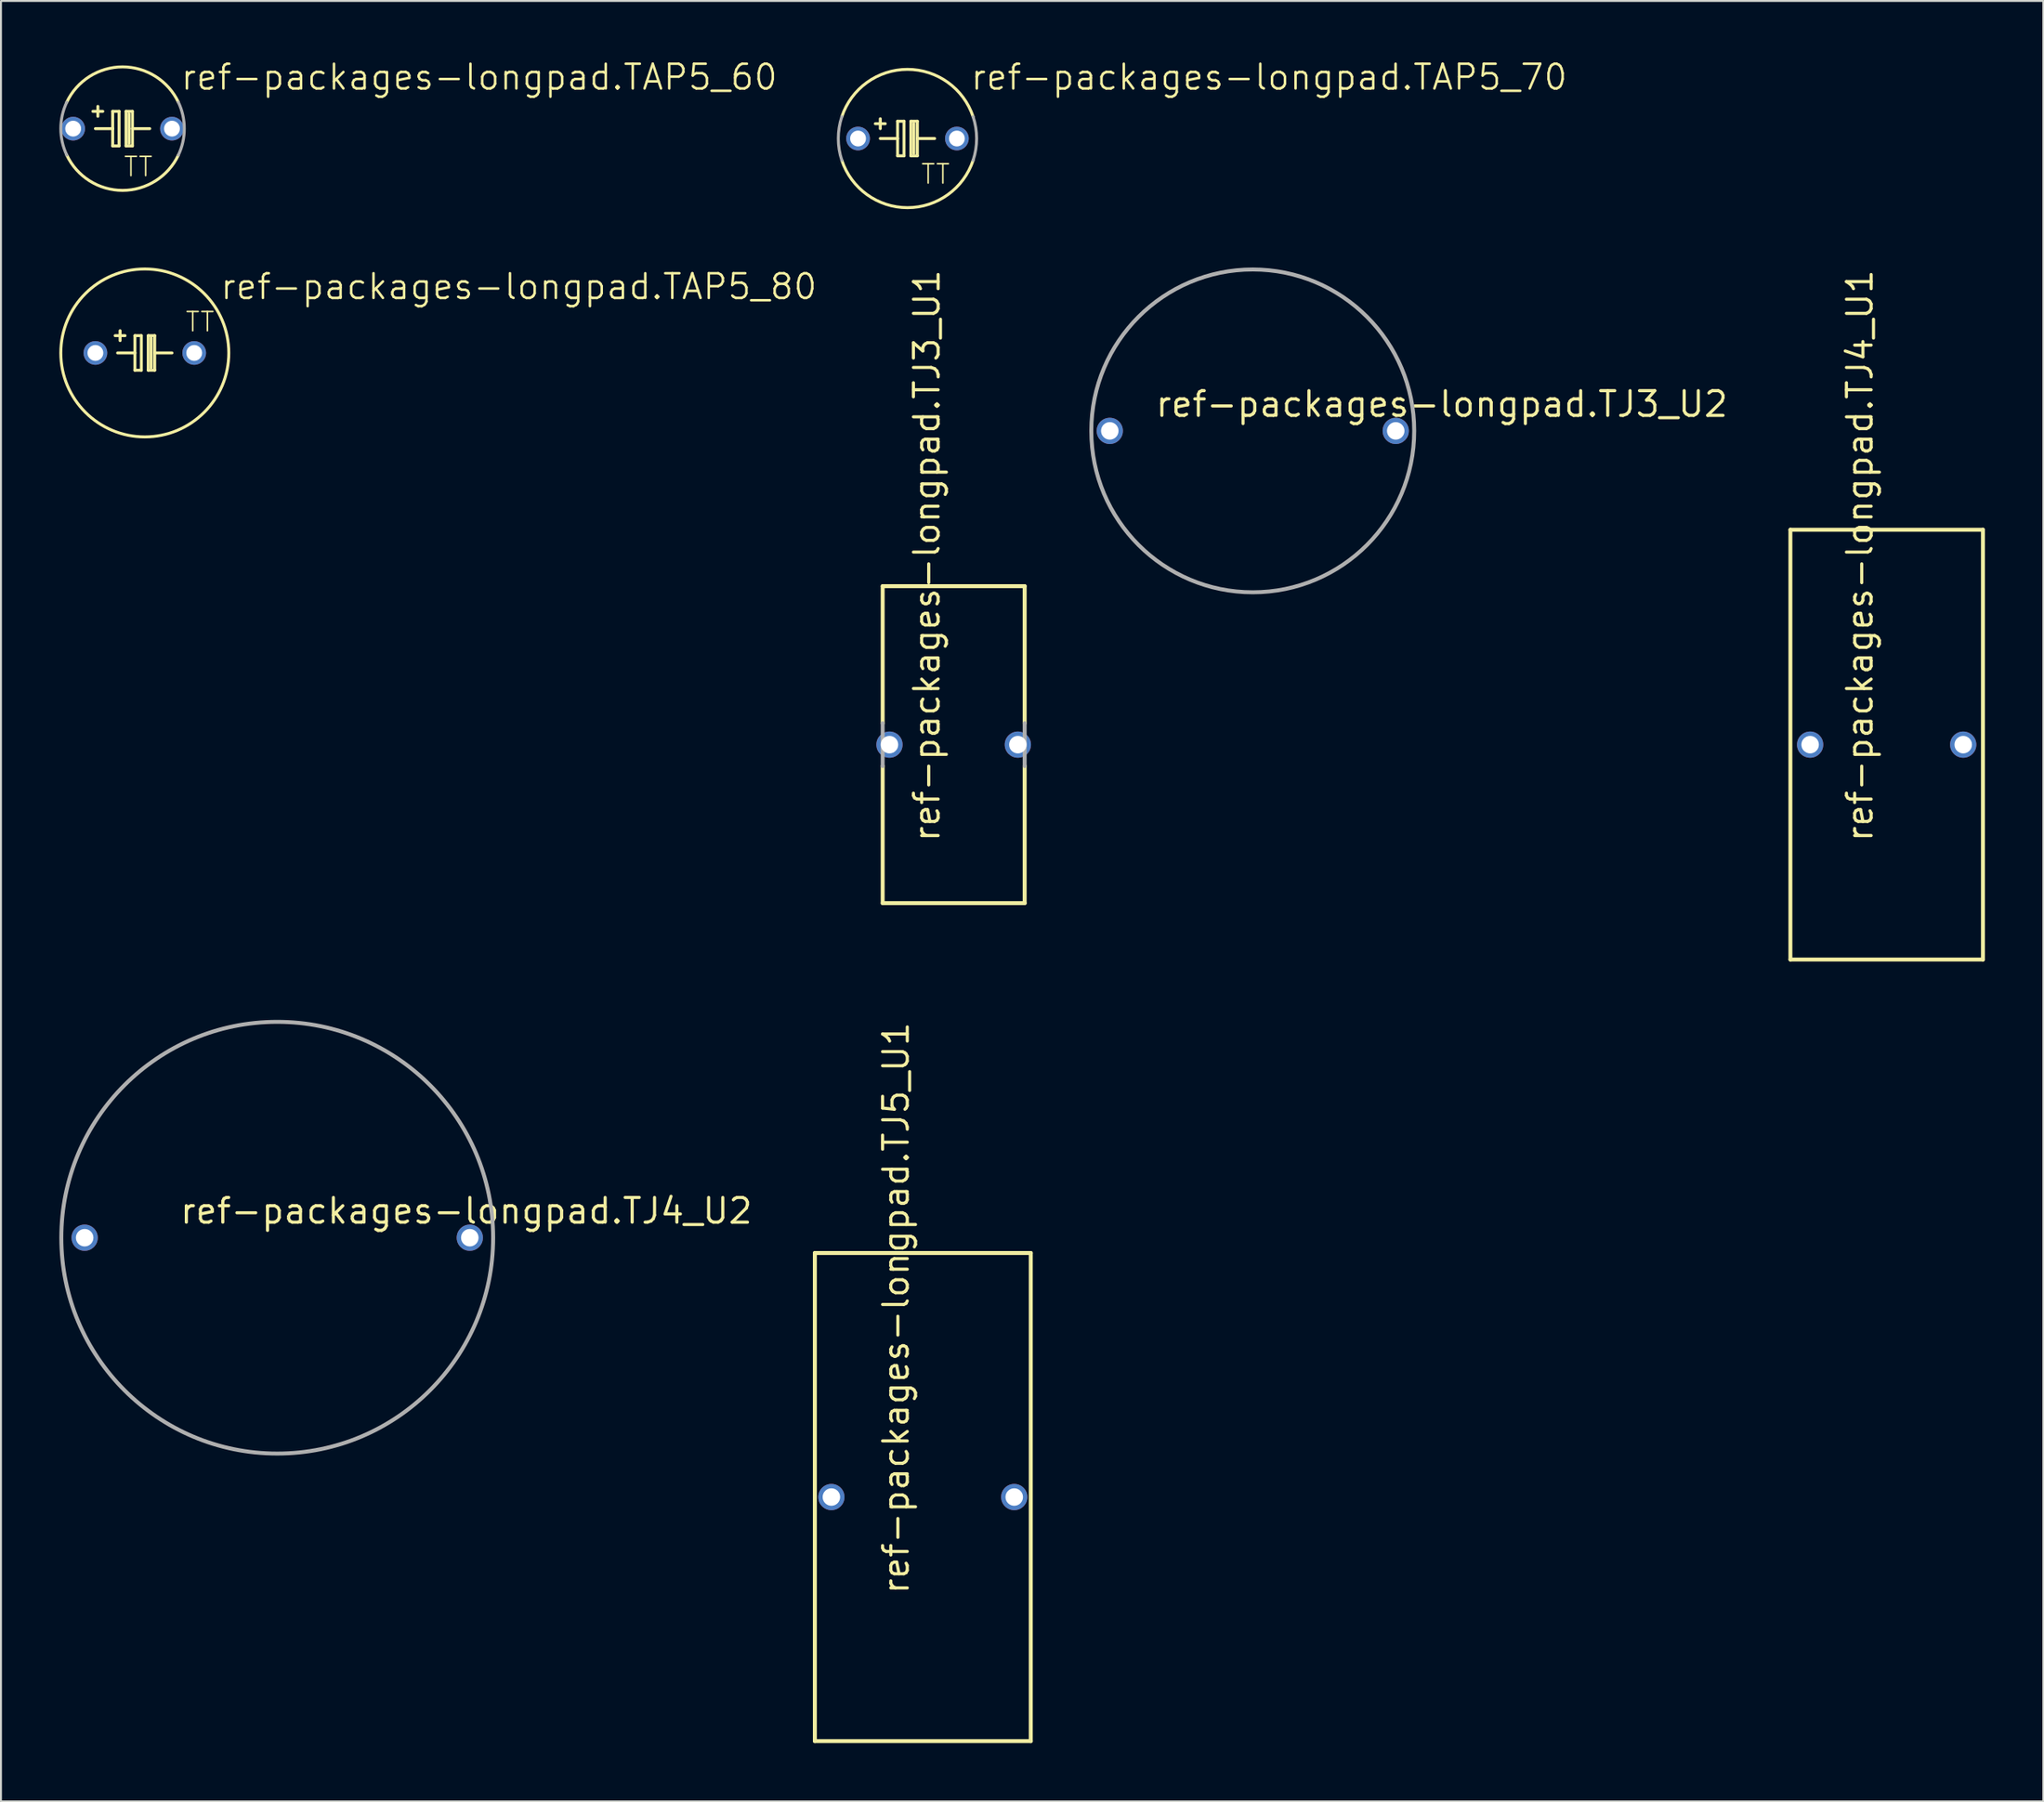
<source format=kicad_pcb>
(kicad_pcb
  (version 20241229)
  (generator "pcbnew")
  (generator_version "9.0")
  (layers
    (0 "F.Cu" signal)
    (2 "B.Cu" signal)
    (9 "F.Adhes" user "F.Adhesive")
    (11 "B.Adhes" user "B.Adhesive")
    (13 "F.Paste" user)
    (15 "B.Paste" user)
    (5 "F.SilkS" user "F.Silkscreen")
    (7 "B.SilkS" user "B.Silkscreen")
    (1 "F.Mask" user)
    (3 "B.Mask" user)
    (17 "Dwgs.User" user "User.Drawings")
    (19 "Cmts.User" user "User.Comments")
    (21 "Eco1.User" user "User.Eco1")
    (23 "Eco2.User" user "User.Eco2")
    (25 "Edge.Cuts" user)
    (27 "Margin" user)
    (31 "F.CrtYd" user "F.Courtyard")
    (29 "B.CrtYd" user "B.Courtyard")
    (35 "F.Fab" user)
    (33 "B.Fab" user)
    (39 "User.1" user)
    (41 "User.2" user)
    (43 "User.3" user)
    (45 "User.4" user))
  (footprint "ref-packages-longpad.TAP5_70"
    (layer "F.Cu")
    (at 43.602 4.073)
    (property "Reference" "ref-packages-longpad.TAP5_70" (at 3.175 -2.413 0) (layer "F.SilkS") (effects (font (size 1.27 1.27) (thickness 0.13)) (justify left bottom)))
    (attr through_hole)
    (fp_line (start -1.397 -0.508) (end -1.397 -1.016) (stroke (width 0.152) (type default)) (layer "F.SilkS"))
    (fp_line (start -1.397 0) (end -0.508 0) (stroke (width 0.152) (type default)) (layer "F.SilkS"))
    (fp_line (start -1.143 -0.762) (end -1.651 -0.762) (stroke (width 0.152) (type default)) (layer "F.SilkS"))
    (fp_line (start -0.508 -0.889) (end -0.508 0) (stroke (width 0.152) (type default)) (layer "F.SilkS"))
    (fp_line (start -0.508 0) (end -0.508 0.889) (stroke (width 0.152) (type default)) (layer "F.SilkS"))
    (fp_line (start -0.508 0.889) (end -0.178 0.889) (stroke (width 0.152) (type default)) (layer "F.SilkS"))
    (fp_line (start -0.178 -0.889) (end -0.508 -0.889) (stroke (width 0.152) (type default)) (layer "F.SilkS"))
    (fp_line (start -0.178 0.889) (end -0.178 -0.889) (stroke (width 0.152) (type default)) (layer "F.SilkS"))
    (fp_line (start 0.178 -0.889) (end 0.178 0.889) (stroke (width 0.152) (type default)) (layer "F.SilkS"))
    (fp_line (start 0.178 0.889) (end 0.508 0.889) (stroke (width 0.152) (type default)) (layer "F.SilkS"))
    (fp_line (start 0.33 0.762) (end 0.33 -0.762) (stroke (width 0.152) (type default)) (layer "F.SilkS"))
    (fp_line (start 0.508 -0.889) (end 0.178 -0.889) (stroke (width 0.152) (type default)) (layer "F.SilkS"))
    (fp_line (start 0.508 0) (end 0.508 -0.889) (stroke (width 0.152) (type default)) (layer "F.SilkS"))
    (fp_line (start 0.508 0) (end 1.397 0) (stroke (width 0.152) (type default)) (layer "F.SilkS"))
    (fp_line (start 0.508 0.889) (end 0.508 0) (stroke (width 0.152) (type default)) (layer "F.SilkS"))
    (fp_arc (start -3.3749 -1.1199) (mid 0 -3.555858) (end 3.3749 -1.1199) (stroke (width 0.1524) (type default)) (layer "F.SilkS"))
    (fp_arc (start 3.3749 1.1199) (mid 0 3.555858) (end -3.3749 1.1199) (stroke (width 0.1524) (type default)) (layer "F.SilkS"))
    (fp_arc (start -3.3749 1.1199) (mid -3.555858 0) (end -3.3749 -1.1199) (stroke (width 0.1524) (type default)) (layer "F.Fab"))
    (fp_arc (start 3.3749 -1.1199) (mid 3.555858 0) (end 3.3749 1.1199) (stroke (width 0.1524) (type default)) (layer "F.Fab"))
    (fp_text user "TT" (at 0.635 2.413 0) (layer "F.SilkS") (effects (font (size 0.991 0.991) (thickness 0.08)) (justify left bottom)))
    (pad "+" thru_hole circle (at -2.54 0) (size 1.219 1.219) (drill 0.813) (layers "*.Cu" "*.Mask"))
    (pad "-" thru_hole circle (at 2.54 0) (size 1.219 1.219) (drill 0.813) (layers "*.Cu" "*.Mask")))
  (footprint "ref-packages-longpad.TJ4_U1"
    (layer "F.Cu")
    (at 93.942 35.242)
    (property "Reference" "ref-packages-longpad.TJ4_U1" (at -0.635 5.08 90) (layer "F.SilkS") (effects (font (size 1.27 1.27) (thickness 0.16)) (justify left bottom)))
    (attr through_hole)
    (fp_line (start -4.95 -11.05) (end 4.95 -11.05) (stroke (width 0.203) (type default)) (layer "F.SilkS"))
    (fp_line (start -4.95 11.05) (end -4.95 -11.05) (stroke (width 0.203) (type default)) (layer "F.SilkS"))
    (fp_line (start 4.95 -11.05) (end 4.95 11.05) (stroke (width 0.203) (type default)) (layer "F.SilkS"))
    (fp_line (start 4.95 11.05) (end -4.95 11.05) (stroke (width 0.203) (type default)) (layer "F.SilkS"))
    (pad "1" thru_hole circle (at -3.935 0) (size 1.35 1.35) (drill 0.9) (layers "*.Cu" "*.Mask"))
    (pad "2" thru_hole circle (at 3.935 0) (size 1.35 1.35) (drill 0.9) (layers "*.Cu" "*.Mask")))
  (footprint "ref-packages-longpad.TJ5_U1"
    (layer "F.Cu")
    (at 44.391 73.932)
    (property "Reference" "ref-packages-longpad.TJ5_U1" (at -0.635 5.08 90) (layer "F.SilkS") (effects (font (size 1.27 1.27) (thickness 0.16)) (justify left bottom)))
    (attr through_hole)
    (fp_line (start -5.55 -12.55) (end 5.55 -12.55) (stroke (width 0.203) (type default)) (layer "F.SilkS"))
    (fp_line (start -5.55 12.55) (end -5.55 -12.55) (stroke (width 0.203) (type default)) (layer "F.SilkS"))
    (fp_line (start 5.55 -12.55) (end 5.55 12.55) (stroke (width 0.203) (type default)) (layer "F.SilkS"))
    (fp_line (start 5.55 12.55) (end -5.55 12.55) (stroke (width 0.203) (type default)) (layer "F.SilkS"))
    (pad "1" thru_hole circle (at -4.7 0) (size 1.35 1.35) (drill 0.9) (layers "*.Cu" "*.Mask"))
    (pad "2" thru_hole circle (at 4.7 0) (size 1.35 1.35) (drill 0.9) (layers "*.Cu" "*.Mask")))
  (footprint "ref-packages-longpad.TJ4_U2"
    (layer "F.Cu")
    (at 11.202 60.596)
    (property "Reference" "ref-packages-longpad.TJ4_U2" (at -5.08 -0.635 0) (layer "F.SilkS") (effects (font (size 1.27 1.27) (thickness 0.16)) (justify left bottom)))
    (attr through_hole)
    (fp_circle (center 0 0) (end 11.1 0) (stroke (width 0.203) (type default)) (fill no) (layer "F.Fab"))
    (pad "1" thru_hole circle (at -9.9 0) (size 1.35 1.35) (drill 0.9) (layers "*.Cu" "*.Mask"))
    (pad "2" thru_hole circle (at 9.9 0) (size 1.35 1.35) (drill 0.9) (layers "*.Cu" "*.Mask")))
  (footprint "ref-packages-longpad.TJ3_U1"
    (layer "F.Cu")
    (at 45.977 35.242)
    (property "Reference" "ref-packages-longpad.TJ3_U1" (at -0.635 5.08 90) (layer "F.SilkS") (effects (font (size 1.27 1.27) (thickness 0.16)) (justify left bottom)))
    (attr through_hole)
    (fp_line (start -3.65 -8.15) (end 3.65 -8.15) (stroke (width 0.203) (type default)) (layer "F.SilkS"))
    (fp_line (start -3.65 -1.1) (end -3.65 -8.15) (stroke (width 0.203) (type default)) (layer "F.SilkS"))
    (fp_line (start -3.65 8.15) (end -3.65 1.1) (stroke (width 0.203) (type default)) (layer "F.SilkS"))
    (fp_line (start 3.65 -8.15) (end 3.65 -1.1) (stroke (width 0.203) (type default)) (layer "F.SilkS"))
    (fp_line (start 3.65 1.1) (end 3.65 8.15) (stroke (width 0.203) (type default)) (layer "F.SilkS"))
    (fp_line (start 3.65 8.15) (end -3.65 8.15) (stroke (width 0.203) (type default)) (layer "F.SilkS"))
    (fp_line (start -3.65 1.1) (end -3.65 -1.1) (stroke (width 0.203) (type default)) (layer "F.Fab"))
    (fp_line (start 3.65 -1.1) (end 3.65 1.1) (stroke (width 0.203) (type default)) (layer "F.Fab"))
    (pad "1" thru_hole circle (at -3.3 0) (size 1.35 1.35) (drill 0.9) (layers "*.Cu" "*.Mask"))
    (pad "2" thru_hole circle (at 3.3 0) (size 1.35 1.35) (drill 0.9) (layers "*.Cu" "*.Mask")))
  (footprint "ref-packages-longpad.TAP5_80"
    (layer "F.Cu")
    (at 4.394 15.099)
    (property "Reference" "ref-packages-longpad.TAP5_80" (at 3.81 -2.667 0) (layer "F.SilkS") (effects (font (size 1.27 1.27) (thickness 0.13)) (justify left bottom)))
    (attr through_hole)
    (fp_line (start -1.397 0) (end -0.508 0) (stroke (width 0.152) (type default)) (layer "F.SilkS"))
    (fp_line (start -1.27 -0.635) (end -1.27 -1.143) (stroke (width 0.152) (type default)) (layer "F.SilkS"))
    (fp_line (start -1.016 -0.889) (end -1.524 -0.889) (stroke (width 0.152) (type default)) (layer "F.SilkS"))
    (fp_line (start -0.508 -0.889) (end -0.508 0) (stroke (width 0.152) (type default)) (layer "F.SilkS"))
    (fp_line (start -0.508 0) (end -0.508 0.889) (stroke (width 0.152) (type default)) (layer "F.SilkS"))
    (fp_line (start -0.508 0.889) (end -0.178 0.889) (stroke (width 0.152) (type default)) (layer "F.SilkS"))
    (fp_line (start -0.178 -0.889) (end -0.508 -0.889) (stroke (width 0.152) (type default)) (layer "F.SilkS"))
    (fp_line (start -0.178 0.889) (end -0.178 -0.889) (stroke (width 0.152) (type default)) (layer "F.SilkS"))
    (fp_line (start 0.178 -0.889) (end 0.178 0.889) (stroke (width 0.152) (type default)) (layer "F.SilkS"))
    (fp_line (start 0.178 0.889) (end 0.508 0.889) (stroke (width 0.152) (type default)) (layer "F.SilkS"))
    (fp_line (start 0.33 0.762) (end 0.33 -0.762) (stroke (width 0.152) (type default)) (layer "F.SilkS"))
    (fp_line (start 0.508 -0.889) (end 0.178 -0.889) (stroke (width 0.152) (type default)) (layer "F.SilkS"))
    (fp_line (start 0.508 0) (end 0.508 -0.889) (stroke (width 0.152) (type default)) (layer "F.SilkS"))
    (fp_line (start 0.508 0) (end 1.397 0) (stroke (width 0.152) (type default)) (layer "F.SilkS"))
    (fp_line (start 0.508 0.889) (end 0.508 0) (stroke (width 0.152) (type default)) (layer "F.SilkS"))
    (fp_circle (center 0 0) (end 4.318 0) (stroke (width 0.152) (type default)) (fill no) (layer "F.SilkS"))
    (fp_text user "TT" (at 2.032 -1.016 0) (layer "F.SilkS") (effects (font (size 0.991 0.991) (thickness 0.08)) (justify left bottom)))
    (pad "+" thru_hole circle (at -2.54 0) (size 1.219 1.219) (drill 0.813) (layers "*.Cu" "*.Mask"))
    (pad "-" thru_hole circle (at 2.54 0) (size 1.219 1.219) (drill 0.813) (layers "*.Cu" "*.Mask")))
  (footprint "ref-packages-longpad.TAP5_60"
    (layer "F.Cu")
    (at 3.251 3.565)
    (property "Reference" "ref-packages-longpad.TAP5_60" (at 2.921 -1.905 0) (layer "F.SilkS") (effects (font (size 1.27 1.27) (thickness 0.13)) (justify left bottom)))
    (attr through_hole)
    (fp_line (start -1.397 0) (end -0.508 0) (stroke (width 0.152) (type default)) (layer "F.SilkS"))
    (fp_line (start -1.27 -0.635) (end -1.27 -1.143) (stroke (width 0.152) (type default)) (layer "F.SilkS"))
    (fp_line (start -1.016 -0.889) (end -1.524 -0.889) (stroke (width 0.152) (type default)) (layer "F.SilkS"))
    (fp_line (start -0.508 -0.889) (end -0.508 0) (stroke (width 0.152) (type default)) (layer "F.SilkS"))
    (fp_line (start -0.508 0) (end -0.508 0.889) (stroke (width 0.152) (type default)) (layer "F.SilkS"))
    (fp_line (start -0.508 0.889) (end -0.178 0.889) (stroke (width 0.152) (type default)) (layer "F.SilkS"))
    (fp_line (start -0.178 -0.889) (end -0.508 -0.889) (stroke (width 0.152) (type default)) (layer "F.SilkS"))
    (fp_line (start -0.178 0.889) (end -0.178 -0.889) (stroke (width 0.152) (type default)) (layer "F.SilkS"))
    (fp_line (start 0.178 -0.889) (end 0.178 0.889) (stroke (width 0.152) (type default)) (layer "F.SilkS"))
    (fp_line (start 0.178 0.889) (end 0.508 0.889) (stroke (width 0.152) (type default)) (layer "F.SilkS"))
    (fp_line (start 0.33 0.762) (end 0.33 -0.762) (stroke (width 0.152) (type default)) (layer "F.SilkS"))
    (fp_line (start 0.508 -0.889) (end 0.178 -0.889) (stroke (width 0.152) (type default)) (layer "F.SilkS"))
    (fp_line (start 0.508 0) (end 0.508 -0.889) (stroke (width 0.152) (type default)) (layer "F.SilkS"))
    (fp_line (start 0.508 0) (end 1.397 0) (stroke (width 0.152) (type default)) (layer "F.SilkS"))
    (fp_line (start 0.508 0.889) (end 0.508 0) (stroke (width 0.152) (type default)) (layer "F.SilkS"))
    (fp_arc (start -2.8702 -1.3574) (mid 0 -3.174993) (end 2.8702 -1.3574) (stroke (width 0.1524) (type default)) (layer "F.SilkS"))
    (fp_arc (start 2.8702 1.3574) (mid 0 3.174993) (end -2.8702 1.3574) (stroke (width 0.1524) (type default)) (layer "F.SilkS"))
    (fp_arc (start -2.8702 1.3574) (mid -3.174993 0) (end -2.8702 -1.3574) (stroke (width 0.1524) (type default)) (layer "F.Fab"))
    (fp_arc (start 2.8702 -1.3574) (mid 3.174993 0) (end 2.8702 1.3574) (stroke (width 0.1524) (type default)) (layer "F.Fab"))
    (fp_text user "TT" (at 0 2.54 0) (layer "F.SilkS") (effects (font (size 0.991 0.991) (thickness 0.08)) (justify left bottom)))
    (pad "+" thru_hole circle (at -2.54 0) (size 1.219 1.219) (drill 0.813) (layers "*.Cu" "*.Mask"))
    (pad "-" thru_hole circle (at 2.54 0) (size 1.219 1.219) (drill 0.813) (layers "*.Cu" "*.Mask")))
  (footprint "ref-packages-longpad.TJ3_U2"
    (layer "F.Cu")
    (at 61.353 19.107)
    (property "Reference" "ref-packages-longpad.TJ3_U2" (at -5.08 -0.635 0) (layer "F.SilkS") (effects (font (size 1.27 1.27) (thickness 0.16)) (justify left bottom)))
    (attr through_hole)
    (fp_circle (center 0 0) (end 8.3 0) (stroke (width 0.203) (type default)) (fill no) (layer "F.Fab"))
    (pad "1" thru_hole circle (at -7.35 0) (size 1.35 1.35) (drill 0.9) (layers "*.Cu" "*.Mask"))
    (pad "2" thru_hole circle (at 7.35 0) (size 1.35 1.35) (drill 0.9) (layers "*.Cu" "*.Mask")))
  (gr_rect
    (start -3 -3)
    (end 101.994 89.583)
    (stroke (width 0.1) (type default))
    (fill no)
    (layer "Edge.Cuts")))
</source>
